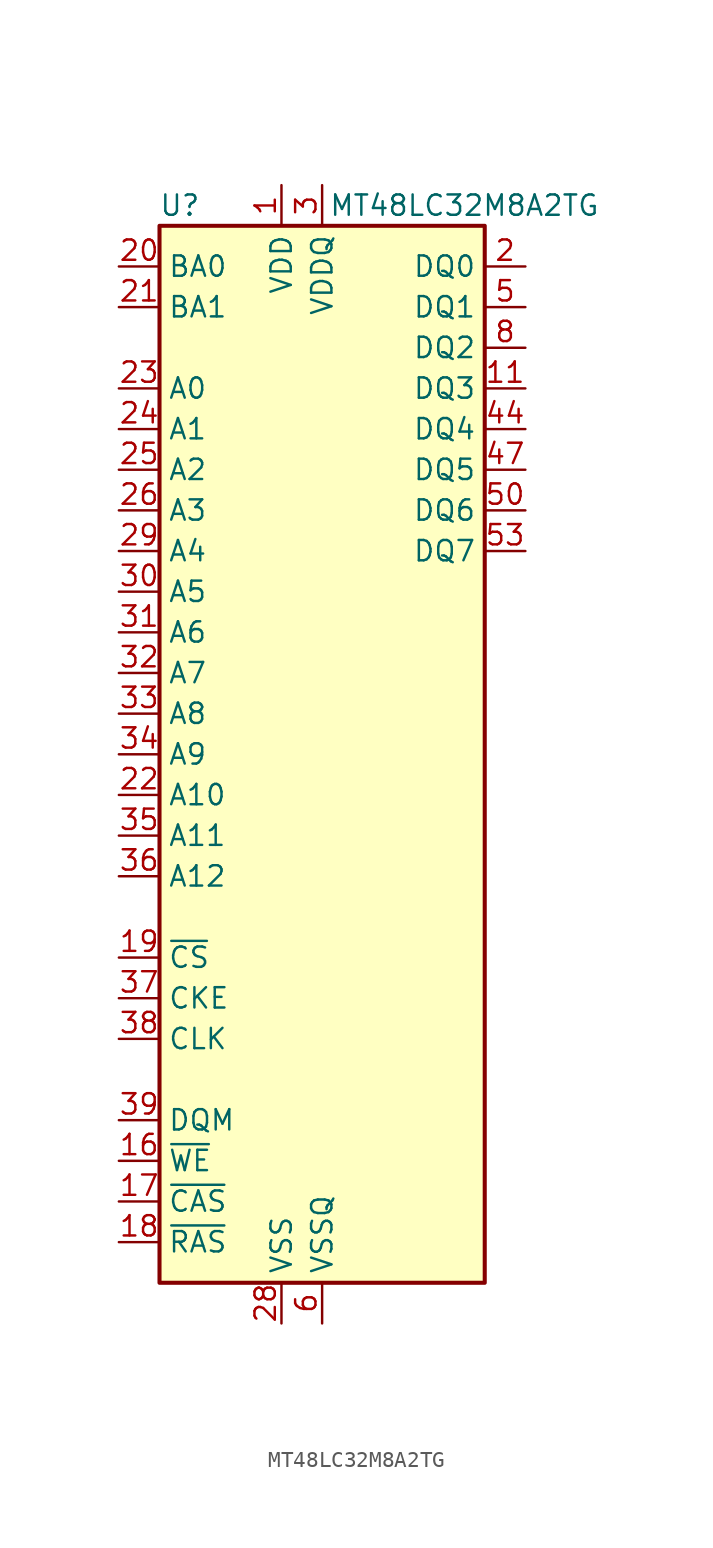
<source format=kicad_sym>
(kicad_symbol_lib
  (version 20201005)
  (generator kicad_symbol_editor)
  (symbol "Memory_RAM:MT48LC32M8A2TG"
    (property "Reference" "U"
      (at -8.89 34.29 0)
      (effects (font (size 1.27 1.27))))
    (property "Value" "MT48LC32M8A2TG"
      (at 8.89 34.29 0)
      (effects (font (size 1.27 1.27))))
    (symbol "MT48LC32M8A2TG_0_1"
      (rectangle (start -10.16 33.02) (end 10.16 -33.02) (stroke (width 0.254)) (fill (type background))))
    (symbol "MT48LC32M8A2TG_1_1"
      (pin power_in line (at -2.54 35.56 270) (length 2.54) (name "VDD" (effects (font (size 1.27 1.27)))) (number "1" (effects (font (size 1.27 1.27)))))
      (pin no_connect line (at 10.16 2.54 180) (length 2.54) hide (name "NC" (effects (font (size 1.27 1.27)))) (number "10" (effects (font (size 1.27 1.27)))))
      (pin bidirectional line (at 12.7 22.86 180) (length 2.54) (name "DQ3" (effects (font (size 1.27 1.27)))) (number "11" (effects (font (size 1.27 1.27)))))
      (pin passive line (at 0 -35.56 90) (length 2.54) hide (name "VSSQ" (effects (font (size 1.27 1.27)))) (number "12" (effects (font (size 1.27 1.27)))))
      (pin no_connect line (at 10.16 7.62 180) (length 2.54) hide (name "NC" (effects (font (size 1.27 1.27)))) (number "13" (effects (font (size 1.27 1.27)))))
      (pin passive line (at -2.54 35.56 270) (length 2.54) hide (name "VDD" (effects (font (size 1.27 1.27)))) (number "14" (effects (font (size 1.27 1.27)))))
      (pin no_connect line (at -10.16 -20.32 0) (length 2.54) hide (name "NC" (effects (font (size 1.27 1.27)))) (number "15" (effects (font (size 1.27 1.27)))))
      (pin input line (at -12.7 -25.4 0) (length 2.54) (name "~WE~" (effects (font (size 1.27 1.27)))) (number "16" (effects (font (size 1.27 1.27)))))
      (pin input line (at -12.7 -27.94 0) (length 2.54) (name "~CAS~" (effects (font (size 1.27 1.27)))) (number "17" (effects (font (size 1.27 1.27)))))
      (pin input line (at -12.7 -30.48 0) (length 2.54) (name "~RAS~" (effects (font (size 1.27 1.27)))) (number "18" (effects (font (size 1.27 1.27)))))
      (pin input line (at -12.7 -12.7 0) (length 2.54) (name "~CS~" (effects (font (size 1.27 1.27)))) (number "19" (effects (font (size 1.27 1.27)))))
      (pin bidirectional line (at 12.7 30.48 180) (length 2.54) (name "DQ0" (effects (font (size 1.27 1.27)))) (number "2" (effects (font (size 1.27 1.27)))))
      (pin input line (at -12.7 30.48 0) (length 2.54) (name "BA0" (effects (font (size 1.27 1.27)))) (number "20" (effects (font (size 1.27 1.27)))))
      (pin input line (at -12.7 27.94 0) (length 2.54) (name "BA1" (effects (font (size 1.27 1.27)))) (number "21" (effects (font (size 1.27 1.27)))))
      (pin input line (at -12.7 -2.54 0) (length 2.54) (name "A10" (effects (font (size 1.27 1.27)))) (number "22" (effects (font (size 1.27 1.27)))))
      (pin input line (at -12.7 22.86 0) (length 2.54) (name "A0" (effects (font (size 1.27 1.27)))) (number "23" (effects (font (size 1.27 1.27)))))
      (pin input line (at -12.7 20.32 0) (length 2.54) (name "A1" (effects (font (size 1.27 1.27)))) (number "24" (effects (font (size 1.27 1.27)))))
      (pin input line (at -12.7 17.78 0) (length 2.54) (name "A2" (effects (font (size 1.27 1.27)))) (number "25" (effects (font (size 1.27 1.27)))))
      (pin input line (at -12.7 15.24 0) (length 2.54) (name "A3" (effects (font (size 1.27 1.27)))) (number "26" (effects (font (size 1.27 1.27)))))
      (pin passive line (at -2.54 35.56 270) (length 2.54) hide (name "VDD" (effects (font (size 1.27 1.27)))) (number "27" (effects (font (size 1.27 1.27)))))
      (pin power_in line (at -2.54 -35.56 90) (length 2.54) (name "VSS" (effects (font (size 1.27 1.27)))) (number "28" (effects (font (size 1.27 1.27)))))
      (pin input line (at -12.7 12.7 0) (length 2.54) (name "A4" (effects (font (size 1.27 1.27)))) (number "29" (effects (font (size 1.27 1.27)))))
      (pin power_in line (at 0 35.56 270) (length 2.54) (name "VDDQ" (effects (font (size 1.27 1.27)))) (number "3" (effects (font (size 1.27 1.27)))))
      (pin input line (at -12.7 10.16 0) (length 2.54) (name "A5" (effects (font (size 1.27 1.27)))) (number "30" (effects (font (size 1.27 1.27)))))
      (pin input line (at -12.7 7.62 0) (length 2.54) (name "A6" (effects (font (size 1.27 1.27)))) (number "31" (effects (font (size 1.27 1.27)))))
      (pin input line (at -12.7 5.08 0) (length 2.54) (name "A7" (effects (font (size 1.27 1.27)))) (number "32" (effects (font (size 1.27 1.27)))))
      (pin input line (at -12.7 2.54 0) (length 2.54) (name "A8" (effects (font (size 1.27 1.27)))) (number "33" (effects (font (size 1.27 1.27)))))
      (pin input line (at -12.7 0 0) (length 2.54) (name "A9" (effects (font (size 1.27 1.27)))) (number "34" (effects (font (size 1.27 1.27)))))
      (pin input line (at -12.7 -5.08 0) (length 2.54) (name "A11" (effects (font (size 1.27 1.27)))) (number "35" (effects (font (size 1.27 1.27)))))
      (pin input line (at -12.7 -7.62 0) (length 2.54) (name "A12" (effects (font (size 1.27 1.27)))) (number "36" (effects (font (size 1.27 1.27)))))
      (pin input line (at -12.7 -15.24 0) (length 2.54) (name "CKE" (effects (font (size 1.27 1.27)))) (number "37" (effects (font (size 1.27 1.27)))))
      (pin input line (at -12.7 -17.78 0) (length 2.54) (name "CLK" (effects (font (size 1.27 1.27)))) (number "38" (effects (font (size 1.27 1.27)))))
      (pin input line (at -12.7 -22.86 0) (length 2.54) (name "DQM" (effects (font (size 1.27 1.27)))) (number "39" (effects (font (size 1.27 1.27)))))
      (pin no_connect line (at 10.16 -7.62 180) (length 2.54) hide (name "NC" (effects (font (size 1.27 1.27)))) (number "4" (effects (font (size 1.27 1.27)))))
      (pin no_connect line (at 10.16 -20.32 180) (length 2.54) hide (name "NC" (effects (font (size 1.27 1.27)))) (number "40" (effects (font (size 1.27 1.27)))))
      (pin passive line (at -2.54 -35.56 90) (length 2.54) hide (name "VSS" (effects (font (size 1.27 1.27)))) (number "41" (effects (font (size 1.27 1.27)))))
      (pin no_connect line (at 10.16 10.16 180) (length 2.54) hide (name "NC" (effects (font (size 1.27 1.27)))) (number "42" (effects (font (size 1.27 1.27)))))
      (pin passive line (at 0 35.56 270) (length 2.54) hide (name "VDDQ" (effects (font (size 1.27 1.27)))) (number "43" (effects (font (size 1.27 1.27)))))
      (pin bidirectional line (at 12.7 20.32 180) (length 2.54) (name "DQ4" (effects (font (size 1.27 1.27)))) (number "44" (effects (font (size 1.27 1.27)))))
      (pin no_connect line (at 10.16 5.08 180) (length 2.54) hide (name "NC" (effects (font (size 1.27 1.27)))) (number "45" (effects (font (size 1.27 1.27)))))
      (pin passive line (at 0 -35.56 90) (length 2.54) hide (name "VSSQ" (effects (font (size 1.27 1.27)))) (number "46" (effects (font (size 1.27 1.27)))))
      (pin bidirectional line (at 12.7 17.78 180) (length 2.54) (name "DQ5" (effects (font (size 1.27 1.27)))) (number "47" (effects (font (size 1.27 1.27)))))
      (pin no_connect line (at 10.16 0 180) (length 2.54) hide (name "NC" (effects (font (size 1.27 1.27)))) (number "48" (effects (font (size 1.27 1.27)))))
      (pin passive line (at 0 35.56 270) (length 2.54) hide (name "VDDQ" (effects (font (size 1.27 1.27)))) (number "49" (effects (font (size 1.27 1.27)))))
      (pin bidirectional line (at 12.7 27.94 180) (length 2.54) (name "DQ1" (effects (font (size 1.27 1.27)))) (number "5" (effects (font (size 1.27 1.27)))))
      (pin bidirectional line (at 12.7 15.24 180) (length 2.54) (name "DQ6" (effects (font (size 1.27 1.27)))) (number "50" (effects (font (size 1.27 1.27)))))
      (pin no_connect line (at 10.16 -5.08 180) (length 2.54) hide (name "NC" (effects (font (size 1.27 1.27)))) (number "51" (effects (font (size 1.27 1.27)))))
      (pin passive line (at 0 -35.56 90) (length 2.54) hide (name "VSSQ" (effects (font (size 1.27 1.27)))) (number "52" (effects (font (size 1.27 1.27)))))
      (pin bidirectional line (at 12.7 12.7 180) (length 2.54) (name "DQ7" (effects (font (size 1.27 1.27)))) (number "53" (effects (font (size 1.27 1.27)))))
      (pin passive line (at -2.54 -35.56 90) (length 2.54) hide (name "VSS" (effects (font (size 1.27 1.27)))) (number "54" (effects (font (size 1.27 1.27)))))
      (pin power_in line (at 0 -35.56 90) (length 2.54) (name "VSSQ" (effects (font (size 1.27 1.27)))) (number "6" (effects (font (size 1.27 1.27)))))
      (pin no_connect line (at 10.16 -2.54 180) (length 2.54) hide (name "NC" (effects (font (size 1.27 1.27)))) (number "7" (effects (font (size 1.27 1.27)))))
      (pin bidirectional line (at 12.7 25.4 180) (length 2.54) (name "DQ2" (effects (font (size 1.27 1.27)))) (number "8" (effects (font (size 1.27 1.27)))))
      (pin passive line (at 0 35.56 270) (length 2.54) hide (name "VDDQ" (effects (font (size 1.27 1.27)))) (number "9" (effects (font (size 1.27 1.27))))))))
</source>
